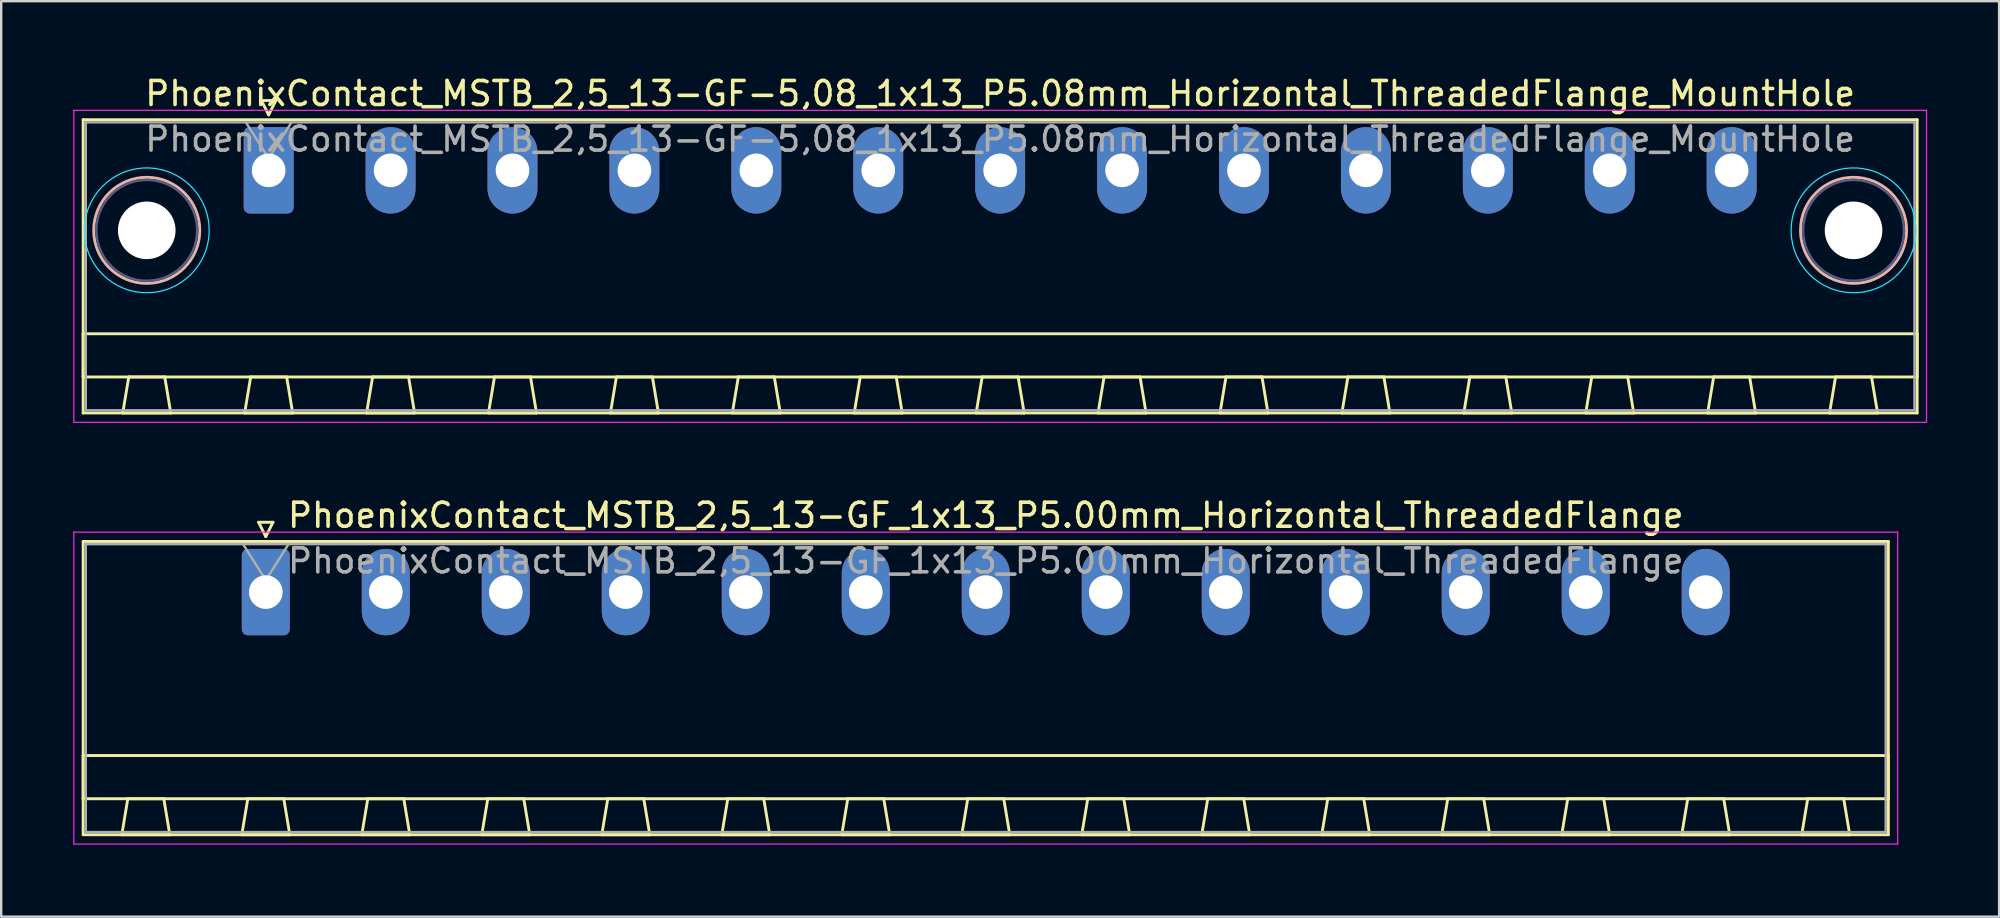
<source format=kicad_pcb>
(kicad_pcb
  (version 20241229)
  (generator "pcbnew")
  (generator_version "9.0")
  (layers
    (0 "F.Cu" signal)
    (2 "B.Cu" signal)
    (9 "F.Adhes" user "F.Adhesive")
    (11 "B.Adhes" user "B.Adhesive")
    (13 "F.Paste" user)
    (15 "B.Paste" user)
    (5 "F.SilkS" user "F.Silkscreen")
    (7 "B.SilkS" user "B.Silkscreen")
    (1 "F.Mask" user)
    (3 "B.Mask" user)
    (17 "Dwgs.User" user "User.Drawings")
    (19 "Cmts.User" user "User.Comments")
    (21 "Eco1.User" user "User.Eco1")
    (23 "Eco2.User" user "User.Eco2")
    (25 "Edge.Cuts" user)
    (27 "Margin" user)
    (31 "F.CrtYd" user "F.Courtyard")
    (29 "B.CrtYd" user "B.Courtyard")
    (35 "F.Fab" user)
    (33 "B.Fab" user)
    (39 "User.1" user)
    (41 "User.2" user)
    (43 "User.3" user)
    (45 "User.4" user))
  (footprint "PhoenixContact_MSTB_2,5_13-GF_1x13_P5.00mm_Horizontal_ThreadedFlange"
    (layer "F.Cu")
    (at 8.025 21.622)
    (property "Reference" "PhoenixContact_MSTB_2,5_13-GF_1x13_P5.00mm_Horizontal_ThreadedFlange" (at 30 -3.2 0) (layer "F.SilkS") (effects (font (size 1 1) (thickness 0.15))))
    (attr through_hole)
    (fp_line (start -7.61 -2.11) (end -7.61 10.11) (stroke (width 0.12) (type solid)) (layer "F.SilkS"))
    (fp_line (start -7.61 6.81) (end 67.61 6.81) (stroke (width 0.12) (type solid)) (layer "F.SilkS"))
    (fp_line (start -7.61 8.61) (end -7.61 6.81) (stroke (width 0.12) (type solid)) (layer "F.SilkS"))
    (fp_line (start -7.61 10.11) (end 67.61 10.11) (stroke (width 0.12) (type solid)) (layer "F.SilkS"))
    (fp_line (start -6 10.11) (end -4 10.11) (stroke (width 0.12) (type solid)) (layer "F.SilkS"))
    (fp_line (start -5.75 8.61) (end -6 10.11) (stroke (width 0.12) (type solid)) (layer "F.SilkS"))
    (fp_line (start -4.25 8.61) (end -5.75 8.61) (stroke (width 0.12) (type solid)) (layer "F.SilkS"))
    (fp_line (start -4 10.11) (end -4.25 8.61) (stroke (width 0.12) (type solid)) (layer "F.SilkS"))
    (fp_line (start -1 10.11) (end 1 10.11) (stroke (width 0.12) (type solid)) (layer "F.SilkS"))
    (fp_line (start -0.75 8.61) (end -1 10.11) (stroke (width 0.12) (type solid)) (layer "F.SilkS"))
    (fp_line (start -0.3 -2.91) (end 0.3 -2.91) (stroke (width 0.12) (type solid)) (layer "F.SilkS"))
    (fp_line (start 0 -2.31) (end -0.3 -2.91) (stroke (width 0.12) (type solid)) (layer "F.SilkS"))
    (fp_line (start 0.3 -2.91) (end 0 -2.31) (stroke (width 0.12) (type solid)) (layer "F.SilkS"))
    (fp_line (start 0.75 8.61) (end -0.75 8.61) (stroke (width 0.12) (type solid)) (layer "F.SilkS"))
    (fp_line (start 1 10.11) (end 0.75 8.61) (stroke (width 0.12) (type solid)) (layer "F.SilkS"))
    (fp_line (start 4 10.11) (end 6 10.11) (stroke (width 0.12) (type solid)) (layer "F.SilkS"))
    (fp_line (start 4.25 8.61) (end 4 10.11) (stroke (width 0.12) (type solid)) (layer "F.SilkS"))
    (fp_line (start 5.75 8.61) (end 4.25 8.61) (stroke (width 0.12) (type solid)) (layer "F.SilkS"))
    (fp_line (start 6 10.11) (end 5.75 8.61) (stroke (width 0.12) (type solid)) (layer "F.SilkS"))
    (fp_line (start 9 10.11) (end 11 10.11) (stroke (width 0.12) (type solid)) (layer "F.SilkS"))
    (fp_line (start 9.25 8.61) (end 9 10.11) (stroke (width 0.12) (type solid)) (layer "F.SilkS"))
    (fp_line (start 10.75 8.61) (end 9.25 8.61) (stroke (width 0.12) (type solid)) (layer "F.SilkS"))
    (fp_line (start 11 10.11) (end 10.75 8.61) (stroke (width 0.12) (type solid)) (layer "F.SilkS"))
    (fp_line (start 14 10.11) (end 16 10.11) (stroke (width 0.12) (type solid)) (layer "F.SilkS"))
    (fp_line (start 14.25 8.61) (end 14 10.11) (stroke (width 0.12) (type solid)) (layer "F.SilkS"))
    (fp_line (start 15.75 8.61) (end 14.25 8.61) (stroke (width 0.12) (type solid)) (layer "F.SilkS"))
    (fp_line (start 16 10.11) (end 15.75 8.61) (stroke (width 0.12) (type solid)) (layer "F.SilkS"))
    (fp_line (start 19 10.11) (end 21 10.11) (stroke (width 0.12) (type solid)) (layer "F.SilkS"))
    (fp_line (start 19.25 8.61) (end 19 10.11) (stroke (width 0.12) (type solid)) (layer "F.SilkS"))
    (fp_line (start 20.75 8.61) (end 19.25 8.61) (stroke (width 0.12) (type solid)) (layer "F.SilkS"))
    (fp_line (start 21 10.11) (end 20.75 8.61) (stroke (width 0.12) (type solid)) (layer "F.SilkS"))
    (fp_line (start 24 10.11) (end 26 10.11) (stroke (width 0.12) (type solid)) (layer "F.SilkS"))
    (fp_line (start 24.25 8.61) (end 24 10.11) (stroke (width 0.12) (type solid)) (layer "F.SilkS"))
    (fp_line (start 25.75 8.61) (end 24.25 8.61) (stroke (width 0.12) (type solid)) (layer "F.SilkS"))
    (fp_line (start 26 10.11) (end 25.75 8.61) (stroke (width 0.12) (type solid)) (layer "F.SilkS"))
    (fp_line (start 29 10.11) (end 31 10.11) (stroke (width 0.12) (type solid)) (layer "F.SilkS"))
    (fp_line (start 29.25 8.61) (end 29 10.11) (stroke (width 0.12) (type solid)) (layer "F.SilkS"))
    (fp_line (start 30.75 8.61) (end 29.25 8.61) (stroke (width 0.12) (type solid)) (layer "F.SilkS"))
    (fp_line (start 31 10.11) (end 30.75 8.61) (stroke (width 0.12) (type solid)) (layer "F.SilkS"))
    (fp_line (start 34 10.11) (end 36 10.11) (stroke (width 0.12) (type solid)) (layer "F.SilkS"))
    (fp_line (start 34.25 8.61) (end 34 10.11) (stroke (width 0.12) (type solid)) (layer "F.SilkS"))
    (fp_line (start 35.75 8.61) (end 34.25 8.61) (stroke (width 0.12) (type solid)) (layer "F.SilkS"))
    (fp_line (start 36 10.11) (end 35.75 8.61) (stroke (width 0.12) (type solid)) (layer "F.SilkS"))
    (fp_line (start 39 10.11) (end 41 10.11) (stroke (width 0.12) (type solid)) (layer "F.SilkS"))
    (fp_line (start 39.25 8.61) (end 39 10.11) (stroke (width 0.12) (type solid)) (layer "F.SilkS"))
    (fp_line (start 40.75 8.61) (end 39.25 8.61) (stroke (width 0.12) (type solid)) (layer "F.SilkS"))
    (fp_line (start 41 10.11) (end 40.75 8.61) (stroke (width 0.12) (type solid)) (layer "F.SilkS"))
    (fp_line (start 44 10.11) (end 46 10.11) (stroke (width 0.12) (type solid)) (layer "F.SilkS"))
    (fp_line (start 44.25 8.61) (end 44 10.11) (stroke (width 0.12) (type solid)) (layer "F.SilkS"))
    (fp_line (start 45.75 8.61) (end 44.25 8.61) (stroke (width 0.12) (type solid)) (layer "F.SilkS"))
    (fp_line (start 46 10.11) (end 45.75 8.61) (stroke (width 0.12) (type solid)) (layer "F.SilkS"))
    (fp_line (start 49 10.11) (end 51 10.11) (stroke (width 0.12) (type solid)) (layer "F.SilkS"))
    (fp_line (start 49.25 8.61) (end 49 10.11) (stroke (width 0.12) (type solid)) (layer "F.SilkS"))
    (fp_line (start 50.75 8.61) (end 49.25 8.61) (stroke (width 0.12) (type solid)) (layer "F.SilkS"))
    (fp_line (start 51 10.11) (end 50.75 8.61) (stroke (width 0.12) (type solid)) (layer "F.SilkS"))
    (fp_line (start 54 10.11) (end 56 10.11) (stroke (width 0.12) (type solid)) (layer "F.SilkS"))
    (fp_line (start 54.25 8.61) (end 54 10.11) (stroke (width 0.12) (type solid)) (layer "F.SilkS"))
    (fp_line (start 55.75 8.61) (end 54.25 8.61) (stroke (width 0.12) (type solid)) (layer "F.SilkS"))
    (fp_line (start 56 10.11) (end 55.75 8.61) (stroke (width 0.12) (type solid)) (layer "F.SilkS"))
    (fp_line (start 59 10.11) (end 61 10.11) (stroke (width 0.12) (type solid)) (layer "F.SilkS"))
    (fp_line (start 59.25 8.61) (end 59 10.11) (stroke (width 0.12) (type solid)) (layer "F.SilkS"))
    (fp_line (start 60.75 8.61) (end 59.25 8.61) (stroke (width 0.12) (type solid)) (layer "F.SilkS"))
    (fp_line (start 61 10.11) (end 60.75 8.61) (stroke (width 0.12) (type solid)) (layer "F.SilkS"))
    (fp_line (start 64 10.11) (end 66 10.11) (stroke (width 0.12) (type solid)) (layer "F.SilkS"))
    (fp_line (start 64.25 8.61) (end 64 10.11) (stroke (width 0.12) (type solid)) (layer "F.SilkS"))
    (fp_line (start 65.75 8.61) (end 64.25 8.61) (stroke (width 0.12) (type solid)) (layer "F.SilkS"))
    (fp_line (start 66 10.11) (end 65.75 8.61) (stroke (width 0.12) (type solid)) (layer "F.SilkS"))
    (fp_line (start 67.61 -2.11) (end -7.61 -2.11) (stroke (width 0.12) (type solid)) (layer "F.SilkS"))
    (fp_line (start 67.61 6.81) (end 67.61 8.61) (stroke (width 0.12) (type solid)) (layer "F.SilkS"))
    (fp_line (start 67.61 8.61) (end -7.61 8.61) (stroke (width 0.12) (type solid)) (layer "F.SilkS"))
    (fp_line (start 67.61 10.11) (end 67.61 -2.11) (stroke (width 0.12) (type solid)) (layer "F.SilkS"))
    (fp_line (start -8 -2.5) (end -8 10.5) (stroke (width 0.05) (type solid)) (layer "F.CrtYd"))
    (fp_line (start -8 10.5) (end 68 10.5) (stroke (width 0.05) (type solid)) (layer "F.CrtYd"))
    (fp_line (start 68 -2.5) (end -8 -2.5) (stroke (width 0.05) (type solid)) (layer "F.CrtYd"))
    (fp_line (start 68 10.5) (end 68 -2.5) (stroke (width 0.05) (type solid)) (layer "F.CrtYd"))
    (fp_line (start -7.5 -2) (end -7.5 10) (stroke (width 0.1) (type solid)) (layer "F.Fab"))
    (fp_line (start -7.5 10) (end 67.5 10) (stroke (width 0.1) (type solid)) (layer "F.Fab"))
    (fp_line (start 0 -0.5) (end -0.95 -2) (stroke (width 0.1) (type solid)) (layer "F.Fab"))
    (fp_line (start 0.95 -2) (end 0 -0.5) (stroke (width 0.1) (type solid)) (layer "F.Fab"))
    (fp_line (start 67.5 -2) (end -7.5 -2) (stroke (width 0.1) (type solid)) (layer "F.Fab"))
    (fp_line (start 67.5 10) (end 67.5 -2) (stroke (width 0.1) (type solid)) (layer "F.Fab"))
    (fp_text user "${REFERENCE}" (at 30 -1.3 0) (layer "F.Fab") (effects (font (size 1 1) (thickness 0.15))))
    (pad "1" thru_hole roundrect (at 0 0) (size 2 3.6) (drill 1.4) (layers "*.Cu" "*.Mask") (roundrect_rratio 0.125))
    (pad "2" thru_hole oval (at 5 0) (size 2 3.6) (drill 1.4) (layers "*.Cu" "*.Mask"))
    (pad "3" thru_hole oval (at 10 0) (size 2 3.6) (drill 1.4) (layers "*.Cu" "*.Mask"))
    (pad "4" thru_hole oval (at 15 0) (size 2 3.6) (drill 1.4) (layers "*.Cu" "*.Mask"))
    (pad "5" thru_hole oval (at 20 0) (size 2 3.6) (drill 1.4) (layers "*.Cu" "*.Mask"))
    (pad "6" thru_hole oval (at 25 0) (size 2 3.6) (drill 1.4) (layers "*.Cu" "*.Mask"))
    (pad "7" thru_hole oval (at 30 0) (size 2 3.6) (drill 1.4) (layers "*.Cu" "*.Mask"))
    (pad "8" thru_hole oval (at 35 0) (size 2 3.6) (drill 1.4) (layers "*.Cu" "*.Mask"))
    (pad "9" thru_hole oval (at 40 0) (size 2 3.6) (drill 1.4) (layers "*.Cu" "*.Mask"))
    (pad "10" thru_hole oval (at 45 0) (size 2 3.6) (drill 1.4) (layers "*.Cu" "*.Mask"))
    (pad "11" thru_hole oval (at 50 0) (size 2 3.6) (drill 1.4) (layers "*.Cu" "*.Mask"))
    (pad "12" thru_hole oval (at 55 0) (size 2 3.6) (drill 1.4) (layers "*.Cu" "*.Mask"))
    (pad "13" thru_hole oval (at 60 0) (size 2 3.6) (drill 1.4) (layers "*.Cu" "*.Mask")))
  (footprint "PhoenixContact_MSTB_2,5_13-GF-5,08_1x13_P5.08mm_Horizontal_ThreadedFlange_MountHole"
    (layer "F.Cu")
    (at 8.145 4.048)
    (property "Reference" "PhoenixContact_MSTB_2,5_13-GF-5,08_1x13_P5.08mm_Horizontal_ThreadedFlange_MountHole" (at 30.48 -3.2 0) (layer "F.SilkS") (effects (font (size 1 1) (thickness 0.15))))
    (attr through_hole)
    (fp_line (start -7.73 -2.11) (end -7.73 10.11) (stroke (width 0.12) (type solid)) (layer "F.SilkS"))
    (fp_line (start -7.73 6.81) (end 68.69 6.81) (stroke (width 0.12) (type solid)) (layer "F.SilkS"))
    (fp_line (start -7.73 8.61) (end -7.73 6.81) (stroke (width 0.12) (type solid)) (layer "F.SilkS"))
    (fp_line (start -7.73 10.11) (end 68.69 10.11) (stroke (width 0.12) (type solid)) (layer "F.SilkS"))
    (fp_line (start -6.08 10.11) (end -4.08 10.11) (stroke (width 0.12) (type solid)) (layer "F.SilkS"))
    (fp_line (start -5.83 8.61) (end -6.08 10.11) (stroke (width 0.12) (type solid)) (layer "F.SilkS"))
    (fp_line (start -4.33 8.61) (end -5.83 8.61) (stroke (width 0.12) (type solid)) (layer "F.SilkS"))
    (fp_line (start -4.08 10.11) (end -4.33 8.61) (stroke (width 0.12) (type solid)) (layer "F.SilkS"))
    (fp_line (start -1 10.11) (end 1 10.11) (stroke (width 0.12) (type solid)) (layer "F.SilkS"))
    (fp_line (start -0.75 8.61) (end -1 10.11) (stroke (width 0.12) (type solid)) (layer "F.SilkS"))
    (fp_line (start -0.3 -2.91) (end 0.3 -2.91) (stroke (width 0.12) (type solid)) (layer "F.SilkS"))
    (fp_line (start 0 -2.31) (end -0.3 -2.91) (stroke (width 0.12) (type solid)) (layer "F.SilkS"))
    (fp_line (start 0.3 -2.91) (end 0 -2.31) (stroke (width 0.12) (type solid)) (layer "F.SilkS"))
    (fp_line (start 0.75 8.61) (end -0.75 8.61) (stroke (width 0.12) (type solid)) (layer "F.SilkS"))
    (fp_line (start 1 10.11) (end 0.75 8.61) (stroke (width 0.12) (type solid)) (layer "F.SilkS"))
    (fp_line (start 4.08 10.11) (end 6.08 10.11) (stroke (width 0.12) (type solid)) (layer "F.SilkS"))
    (fp_line (start 4.33 8.61) (end 4.08 10.11) (stroke (width 0.12) (type solid)) (layer "F.SilkS"))
    (fp_line (start 5.83 8.61) (end 4.33 8.61) (stroke (width 0.12) (type solid)) (layer "F.SilkS"))
    (fp_line (start 6.08 10.11) (end 5.83 8.61) (stroke (width 0.12) (type solid)) (layer "F.SilkS"))
    (fp_line (start 9.16 10.11) (end 11.16 10.11) (stroke (width 0.12) (type solid)) (layer "F.SilkS"))
    (fp_line (start 9.41 8.61) (end 9.16 10.11) (stroke (width 0.12) (type solid)) (layer "F.SilkS"))
    (fp_line (start 10.91 8.61) (end 9.41 8.61) (stroke (width 0.12) (type solid)) (layer "F.SilkS"))
    (fp_line (start 11.16 10.11) (end 10.91 8.61) (stroke (width 0.12) (type solid)) (layer "F.SilkS"))
    (fp_line (start 14.24 10.11) (end 16.24 10.11) (stroke (width 0.12) (type solid)) (layer "F.SilkS"))
    (fp_line (start 14.49 8.61) (end 14.24 10.11) (stroke (width 0.12) (type solid)) (layer "F.SilkS"))
    (fp_line (start 15.99 8.61) (end 14.49 8.61) (stroke (width 0.12) (type solid)) (layer "F.SilkS"))
    (fp_line (start 16.24 10.11) (end 15.99 8.61) (stroke (width 0.12) (type solid)) (layer "F.SilkS"))
    (fp_line (start 19.32 10.11) (end 21.32 10.11) (stroke (width 0.12) (type solid)) (layer "F.SilkS"))
    (fp_line (start 19.57 8.61) (end 19.32 10.11) (stroke (width 0.12) (type solid)) (layer "F.SilkS"))
    (fp_line (start 21.07 8.61) (end 19.57 8.61) (stroke (width 0.12) (type solid)) (layer "F.SilkS"))
    (fp_line (start 21.32 10.11) (end 21.07 8.61) (stroke (width 0.12) (type solid)) (layer "F.SilkS"))
    (fp_line (start 24.4 10.11) (end 26.4 10.11) (stroke (width 0.12) (type solid)) (layer "F.SilkS"))
    (fp_line (start 24.65 8.61) (end 24.4 10.11) (stroke (width 0.12) (type solid)) (layer "F.SilkS"))
    (fp_line (start 26.15 8.61) (end 24.65 8.61) (stroke (width 0.12) (type solid)) (layer "F.SilkS"))
    (fp_line (start 26.4 10.11) (end 26.15 8.61) (stroke (width 0.12) (type solid)) (layer "F.SilkS"))
    (fp_line (start 29.48 10.11) (end 31.48 10.11) (stroke (width 0.12) (type solid)) (layer "F.SilkS"))
    (fp_line (start 29.73 8.61) (end 29.48 10.11) (stroke (width 0.12) (type solid)) (layer "F.SilkS"))
    (fp_line (start 31.23 8.61) (end 29.73 8.61) (stroke (width 0.12) (type solid)) (layer "F.SilkS"))
    (fp_line (start 31.48 10.11) (end 31.23 8.61) (stroke (width 0.12) (type solid)) (layer "F.SilkS"))
    (fp_line (start 34.56 10.11) (end 36.56 10.11) (stroke (width 0.12) (type solid)) (layer "F.SilkS"))
    (fp_line (start 34.81 8.61) (end 34.56 10.11) (stroke (width 0.12) (type solid)) (layer "F.SilkS"))
    (fp_line (start 36.31 8.61) (end 34.81 8.61) (stroke (width 0.12) (type solid)) (layer "F.SilkS"))
    (fp_line (start 36.56 10.11) (end 36.31 8.61) (stroke (width 0.12) (type solid)) (layer "F.SilkS"))
    (fp_line (start 39.64 10.11) (end 41.64 10.11) (stroke (width 0.12) (type solid)) (layer "F.SilkS"))
    (fp_line (start 39.89 8.61) (end 39.64 10.11) (stroke (width 0.12) (type solid)) (layer "F.SilkS"))
    (fp_line (start 41.39 8.61) (end 39.89 8.61) (stroke (width 0.12) (type solid)) (layer "F.SilkS"))
    (fp_line (start 41.64 10.11) (end 41.39 8.61) (stroke (width 0.12) (type solid)) (layer "F.SilkS"))
    (fp_line (start 44.72 10.11) (end 46.72 10.11) (stroke (width 0.12) (type solid)) (layer "F.SilkS"))
    (fp_line (start 44.97 8.61) (end 44.72 10.11) (stroke (width 0.12) (type solid)) (layer "F.SilkS"))
    (fp_line (start 46.47 8.61) (end 44.97 8.61) (stroke (width 0.12) (type solid)) (layer "F.SilkS"))
    (fp_line (start 46.72 10.11) (end 46.47 8.61) (stroke (width 0.12) (type solid)) (layer "F.SilkS"))
    (fp_line (start 49.8 10.11) (end 51.8 10.11) (stroke (width 0.12) (type solid)) (layer "F.SilkS"))
    (fp_line (start 50.05 8.61) (end 49.8 10.11) (stroke (width 0.12) (type solid)) (layer "F.SilkS"))
    (fp_line (start 51.55 8.61) (end 50.05 8.61) (stroke (width 0.12) (type solid)) (layer "F.SilkS"))
    (fp_line (start 51.8 10.11) (end 51.55 8.61) (stroke (width 0.12) (type solid)) (layer "F.SilkS"))
    (fp_line (start 54.88 10.11) (end 56.88 10.11) (stroke (width 0.12) (type solid)) (layer "F.SilkS"))
    (fp_line (start 55.13 8.61) (end 54.88 10.11) (stroke (width 0.12) (type solid)) (layer "F.SilkS"))
    (fp_line (start 56.63 8.61) (end 55.13 8.61) (stroke (width 0.12) (type solid)) (layer "F.SilkS"))
    (fp_line (start 56.88 10.11) (end 56.63 8.61) (stroke (width 0.12) (type solid)) (layer "F.SilkS"))
    (fp_line (start 59.96 10.11) (end 61.96 10.11) (stroke (width 0.12) (type solid)) (layer "F.SilkS"))
    (fp_line (start 60.21 8.61) (end 59.96 10.11) (stroke (width 0.12) (type solid)) (layer "F.SilkS"))
    (fp_line (start 61.71 8.61) (end 60.21 8.61) (stroke (width 0.12) (type solid)) (layer "F.SilkS"))
    (fp_line (start 61.96 10.11) (end 61.71 8.61) (stroke (width 0.12) (type solid)) (layer "F.SilkS"))
    (fp_line (start 65.04 10.11) (end 67.04 10.11) (stroke (width 0.12) (type solid)) (layer "F.SilkS"))
    (fp_line (start 65.29 8.61) (end 65.04 10.11) (stroke (width 0.12) (type solid)) (layer "F.SilkS"))
    (fp_line (start 66.79 8.61) (end 65.29 8.61) (stroke (width 0.12) (type solid)) (layer "F.SilkS"))
    (fp_line (start 67.04 10.11) (end 66.79 8.61) (stroke (width 0.12) (type solid)) (layer "F.SilkS"))
    (fp_line (start 68.69 -2.11) (end -7.73 -2.11) (stroke (width 0.12) (type solid)) (layer "F.SilkS"))
    (fp_line (start 68.69 6.81) (end 68.69 8.61) (stroke (width 0.12) (type solid)) (layer "F.SilkS"))
    (fp_line (start 68.69 8.61) (end -7.73 8.61) (stroke (width 0.12) (type solid)) (layer "F.SilkS"))
    (fp_line (start 68.69 10.11) (end 68.69 -2.11) (stroke (width 0.12) (type solid)) (layer "F.SilkS"))
    (fp_circle (center -5.08 2.5) (end -2.87 2.5) (stroke (width 0.12) (type solid)) (fill no) (layer "B.SilkS"))
    (fp_circle (center 66.04 2.5) (end 68.25 2.5) (stroke (width 0.12) (type solid)) (fill no) (layer "B.SilkS"))
    (fp_circle (center -5.08 2.5) (end -2.48 2.5) (stroke (width 0.05) (type solid)) (fill no) (layer "B.CrtYd"))
    (fp_circle (center 66.04 2.5) (end 68.64 2.5) (stroke (width 0.05) (type solid)) (fill no) (layer "B.CrtYd"))
    (fp_line (start -8.12 -2.5) (end -8.12 10.5) (stroke (width 0.05) (type solid)) (layer "F.CrtYd"))
    (fp_line (start -8.12 10.5) (end 69.08 10.5) (stroke (width 0.05) (type solid)) (layer "F.CrtYd"))
    (fp_line (start 69.08 -2.5) (end -8.12 -2.5) (stroke (width 0.05) (type solid)) (layer "F.CrtYd"))
    (fp_line (start 69.08 10.5) (end 69.08 -2.5) (stroke (width 0.05) (type solid)) (layer "F.CrtYd"))
    (fp_circle (center -5.08 2.5) (end -2.98 2.5) (stroke (width 0.1) (type solid)) (fill no) (layer "B.Fab"))
    (fp_circle (center 66.04 2.5) (end 68.14 2.5) (stroke (width 0.1) (type solid)) (fill no) (layer "B.Fab"))
    (fp_line (start -7.62 -2) (end -7.62 10) (stroke (width 0.1) (type solid)) (layer "F.Fab"))
    (fp_line (start -7.62 10) (end 68.58 10) (stroke (width 0.1) (type solid)) (layer "F.Fab"))
    (fp_line (start 0 -0.5) (end -0.95 -2) (stroke (width 0.1) (type solid)) (layer "F.Fab"))
    (fp_line (start 0.95 -2) (end 0 -0.5) (stroke (width 0.1) (type solid)) (layer "F.Fab"))
    (fp_line (start 68.58 -2) (end -7.62 -2) (stroke (width 0.1) (type solid)) (layer "F.Fab"))
    (fp_line (start 68.58 10) (end 68.58 -2) (stroke (width 0.1) (type solid)) (layer "F.Fab"))
    (fp_text user "${REFERENCE}" (at 30.48 -1.3 0) (layer "F.Fab") (effects (font (size 1 1) (thickness 0.15))))
    (pad "" np_thru_hole circle (at -5.08 2.5) (size 2.4 2.4) (drill 2.4) (layers "*.Cu" "*.Mask"))
    (pad "" np_thru_hole circle (at 66.04 2.5) (size 2.4 2.4) (drill 2.4) (layers "*.Cu" "*.Mask"))
    (pad "1" thru_hole roundrect (at 0 0) (size 2.08 3.6) (drill 1.4) (layers "*.Cu" "*.Mask") (roundrect_rratio 0.12))
    (pad "2" thru_hole oval (at 5.08 0) (size 2.08 3.6) (drill 1.4) (layers "*.Cu" "*.Mask"))
    (pad "3" thru_hole oval (at 10.16 0) (size 2.08 3.6) (drill 1.4) (layers "*.Cu" "*.Mask"))
    (pad "4" thru_hole oval (at 15.24 0) (size 2.08 3.6) (drill 1.4) (layers "*.Cu" "*.Mask"))
    (pad "5" thru_hole oval (at 20.32 0) (size 2.08 3.6) (drill 1.4) (layers "*.Cu" "*.Mask"))
    (pad "6" thru_hole oval (at 25.4 0) (size 2.08 3.6) (drill 1.4) (layers "*.Cu" "*.Mask"))
    (pad "7" thru_hole oval (at 30.48 0) (size 2.08 3.6) (drill 1.4) (layers "*.Cu" "*.Mask"))
    (pad "8" thru_hole oval (at 35.56 0) (size 2.08 3.6) (drill 1.4) (layers "*.Cu" "*.Mask"))
    (pad "9" thru_hole oval (at 40.64 0) (size 2.08 3.6) (drill 1.4) (layers "*.Cu" "*.Mask"))
    (pad "10" thru_hole oval (at 45.72 0) (size 2.08 3.6) (drill 1.4) (layers "*.Cu" "*.Mask"))
    (pad "11" thru_hole oval (at 50.8 0) (size 2.08 3.6) (drill 1.4) (layers "*.Cu" "*.Mask"))
    (pad "12" thru_hole oval (at 55.88 0) (size 2.08 3.6) (drill 1.4) (layers "*.Cu" "*.Mask"))
    (pad "13" thru_hole oval (at 60.96 0) (size 2.08 3.6) (drill 1.4) (layers "*.Cu" "*.Mask")))
  (gr_rect
    (start -3 -3)
    (end 80.25 35.147)
    (stroke (width 0.1) (type default))
    (fill no)
    (layer "Edge.Cuts")))
</source>
